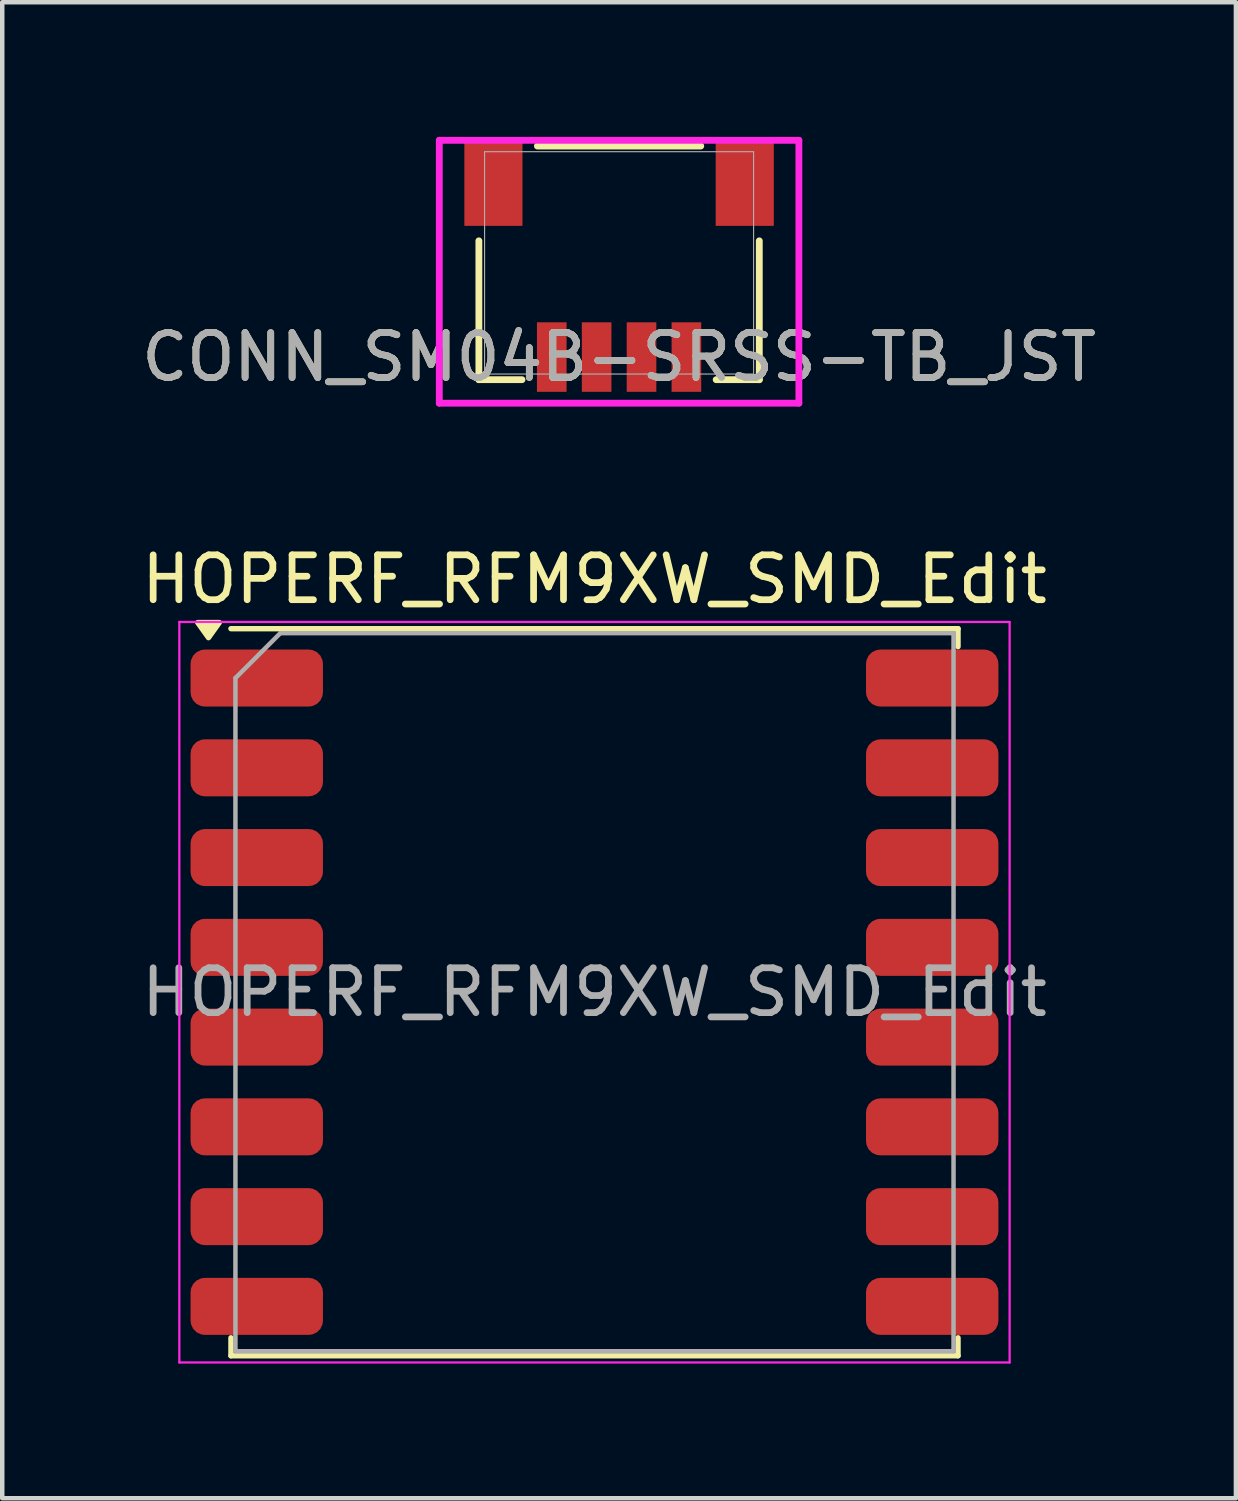
<source format=kicad_pcb>
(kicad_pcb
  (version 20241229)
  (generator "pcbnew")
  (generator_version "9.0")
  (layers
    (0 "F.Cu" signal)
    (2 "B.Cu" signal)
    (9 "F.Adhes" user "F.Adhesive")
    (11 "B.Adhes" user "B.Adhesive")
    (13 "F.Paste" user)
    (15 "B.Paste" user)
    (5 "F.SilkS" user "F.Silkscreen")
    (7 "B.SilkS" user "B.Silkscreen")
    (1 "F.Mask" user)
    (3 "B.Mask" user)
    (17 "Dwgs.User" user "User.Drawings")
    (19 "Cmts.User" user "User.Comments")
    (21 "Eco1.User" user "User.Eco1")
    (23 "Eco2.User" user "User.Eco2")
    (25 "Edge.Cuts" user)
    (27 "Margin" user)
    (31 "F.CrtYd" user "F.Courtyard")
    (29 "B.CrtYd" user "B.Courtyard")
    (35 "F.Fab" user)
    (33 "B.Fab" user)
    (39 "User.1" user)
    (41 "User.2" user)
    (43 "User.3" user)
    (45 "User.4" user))
  (footprint "HOPERF_RFM9XW_SMD_Edit"
    (layer "F.Cu")
    (at 10.196 19.058)
    (property "Reference" "HOPERF_RFM9XW_SMD_Edit" (at 0 -9.2 0) (layer "F.SilkS") (effects (font (size 1 1) (thickness 0.15))))
    (attr smd)
    (fp_line (start -8.1 -8.1) (end 8.1 -8.1) (stroke (width 0.12) (type solid)) (layer "F.SilkS"))
    (fp_line (start -8.1 7.7) (end -8.1 8.1) (stroke (width 0.12) (type solid)) (layer "F.SilkS"))
    (fp_line (start -8.1 8.1) (end 8.1 8.1) (stroke (width 0.12) (type solid)) (layer "F.SilkS"))
    (fp_line (start 8.1 -8.1) (end 8.1 -7.7) (stroke (width 0.12) (type solid)) (layer "F.SilkS"))
    (fp_line (start 8.1 8.1) (end 8.1 7.7) (stroke (width 0.12) (type solid)) (layer "F.SilkS"))
    (fp_poly (pts (xy -8.6 -7.9) (xy -8.84 -8.236) (xy -8.36 -8.236) (xy -8.6 -7.9)) (stroke (width 0.12) (type solid)) (fill yes) (layer "F.SilkS"))
    (fp_line (start -9.25 -8.25) (end 9.25 -8.25) (stroke (width 0.05) (type solid)) (layer "F.CrtYd"))
    (fp_line (start -9.25 8.25) (end -9.25 -8.25) (stroke (width 0.05) (type solid)) (layer "F.CrtYd"))
    (fp_line (start -9.25 8.25) (end 9.25 8.25) (stroke (width 0.05) (type solid)) (layer "F.CrtYd"))
    (fp_line (start 9.25 -8.25) (end 9.25 8.25) (stroke (width 0.05) (type solid)) (layer "F.CrtYd"))
    (fp_line (start -8 8) (end -8 -7) (stroke (width 0.1) (type solid)) (layer "F.Fab"))
    (fp_line (start -8 8) (end 8 8) (stroke (width 0.1) (type solid)) (layer "F.Fab"))
    (fp_line (start -7 -8) (end -8 -7) (stroke (width 0.1) (type solid)) (layer "F.Fab"))
    (fp_line (start -7 -8) (end 8 -8) (stroke (width 0.1) (type solid)) (layer "F.Fab"))
    (fp_line (start 8 8) (end 8 -8) (stroke (width 0.1) (type solid)) (layer "F.Fab"))
    (fp_text user "${REFERENCE}" (at 0 0 0) (layer "F.Fab") (effects (font (size 1 1) (thickness 0.15))))
    (pad "1" smd roundrect (at -7.525 -7) (size 2.95 1.27) (layers "F.Cu" "F.Mask" "F.Paste") (roundrect_rratio 0.25))
    (pad "2" smd roundrect (at -7.525 -5) (size 2.95 1.27) (layers "F.Cu" "F.Mask" "F.Paste") (roundrect_rratio 0.25))
    (pad "3" smd roundrect (at -7.525 -3) (size 2.95 1.27) (layers "F.Cu" "F.Mask" "F.Paste") (roundrect_rratio 0.25))
    (pad "4" smd roundrect (at -7.525 -1) (size 2.95 1.27) (layers "F.Cu" "F.Mask" "F.Paste") (roundrect_rratio 0.25))
    (pad "5" smd roundrect (at -7.525 1) (size 2.95 1.27) (layers "F.Cu" "F.Mask" "F.Paste") (roundrect_rratio 0.25))
    (pad "6" smd roundrect (at -7.525 3) (size 2.95 1.27) (layers "F.Cu" "F.Mask" "F.Paste") (roundrect_rratio 0.25))
    (pad "7" smd roundrect (at -7.525 5) (size 2.95 1.27) (layers "F.Cu" "F.Mask" "F.Paste") (roundrect_rratio 0.25))
    (pad "8" smd roundrect (at -7.525 7) (size 2.95 1.27) (layers "F.Cu" "F.Mask" "F.Paste") (roundrect_rratio 0.25))
    (pad "9" smd roundrect (at 7.525 7) (size 2.95 1.27) (layers "F.Cu" "F.Mask" "F.Paste") (roundrect_rratio 0.25))
    (pad "10" smd roundrect (at 7.525 5) (size 2.95 1.27) (layers "F.Cu" "F.Mask" "F.Paste") (roundrect_rratio 0.25))
    (pad "11" smd roundrect (at 7.525 3) (size 2.95 1.27) (layers "F.Cu" "F.Mask" "F.Paste") (roundrect_rratio 0.25))
    (pad "12" smd roundrect (at 7.525 1) (size 2.95 1.27) (layers "F.Cu" "F.Mask" "F.Paste") (roundrect_rratio 0.25))
    (pad "13" smd roundrect (at 7.525 -1) (size 2.95 1.27) (layers "F.Cu" "F.Mask" "F.Paste") (roundrect_rratio 0.25))
    (pad "14" smd roundrect (at 7.525 -3) (size 2.95 1.27) (layers "F.Cu" "F.Mask" "F.Paste") (roundrect_rratio 0.25))
    (pad "15" smd roundrect (at 7.525 -5) (size 2.95 1.27) (layers "F.Cu" "F.Mask" "F.Paste") (roundrect_rratio 0.25))
    (pad "16" smd roundrect (at 7.525 -7) (size 2.95 1.27) (layers "F.Cu" "F.Mask" "F.Paste") (roundrect_rratio 0.25)))
  (footprint "CONN_SM04B-SRSS-TB_JST"
    (layer "F.Cu")
    (at 10.744 2.807)
    (property "Reference" "CONN_SM04B-SRSS-TB_JST" (at 0 2.099 0) (unlocked yes) (layer "F.SilkS") (effects (font (size 1 1) (thickness 0.15))))
    (attr smd)
    (fp_line (start -3.124 -0.491) (end -3.124 2.603) (stroke (width 0.152) (type solid)) (layer "F.SilkS"))
    (fp_line (start -3.124 2.603) (end -2.163 2.603) (stroke (width 0.152) (type solid)) (layer "F.SilkS"))
    (fp_line (start 1.82 -2.603) (end -1.82 -2.603) (stroke (width 0.152) (type solid)) (layer "F.SilkS"))
    (fp_line (start 2.163 2.603) (end 3.124 2.603) (stroke (width 0.152) (type solid)) (layer "F.SilkS"))
    (fp_line (start 3.124 2.603) (end 3.124 -0.491) (stroke (width 0.152) (type solid)) (layer "F.SilkS"))
    (fp_line (start -4.006 -2.731) (end -4.006 3.127) (stroke (width 0.152) (type solid)) (layer "F.CrtYd"))
    (fp_line (start -4.006 3.127) (end 4.006 3.127) (stroke (width 0.152) (type solid)) (layer "F.CrtYd"))
    (fp_line (start 4.006 -2.731) (end -4.006 -2.731) (stroke (width 0.152) (type solid)) (layer "F.CrtYd"))
    (fp_line (start 4.006 3.127) (end 4.006 -2.731) (stroke (width 0.152) (type solid)) (layer "F.CrtYd"))
    (fp_line (start -2.997 -2.477) (end -2.997 2.477) (stroke (width 0.025) (type solid)) (layer "F.Fab"))
    (fp_line (start -2.997 2.477) (end 2.997 2.477) (stroke (width 0.025) (type solid)) (layer "F.Fab"))
    (fp_line (start 2.997 -2.477) (end -2.997 -2.477) (stroke (width 0.025) (type solid)) (layer "F.Fab"))
    (fp_line (start 2.997 2.477) (end 2.997 -2.477) (stroke (width 0.025) (type solid)) (layer "F.Fab"))
    (fp_text user "${REFERENCE}" (at 0 2.099 0) (unlocked yes) (layer "F.Fab") (effects (font (size 1 1) (thickness 0.15))))
    (pad "1" smd rect (at 1.5 2.099) (size 0.66 1.549) (layers "F.Cu" "F.Mask" "F.Paste"))
    (pad "2" smd rect (at 0.5 2.099) (size 0.66 1.549) (layers "F.Cu" "F.Mask" "F.Paste"))
    (pad "3" smd rect (at -0.5 2.099) (size 0.66 1.549) (layers "F.Cu" "F.Mask" "F.Paste"))
    (pad "4" smd rect (at -1.5 2.099) (size 0.66 1.549) (layers "F.Cu" "F.Mask" "F.Paste"))
    (pad "5" smd rect (at -2.8 -1.777 90) (size 1.905 1.295) (layers "F.Cu" "F.Mask" "F.Paste"))
    (pad "6" smd rect (at 2.8 -1.777 90) (size 1.905 1.295) (layers "F.Cu" "F.Mask" "F.Paste")))
  (gr_rect
    (start -3 -3)
    (end 24.488 30.333)
    (stroke (width 0.1) (type default))
    (fill no)
    (layer "Edge.Cuts")))
</source>
